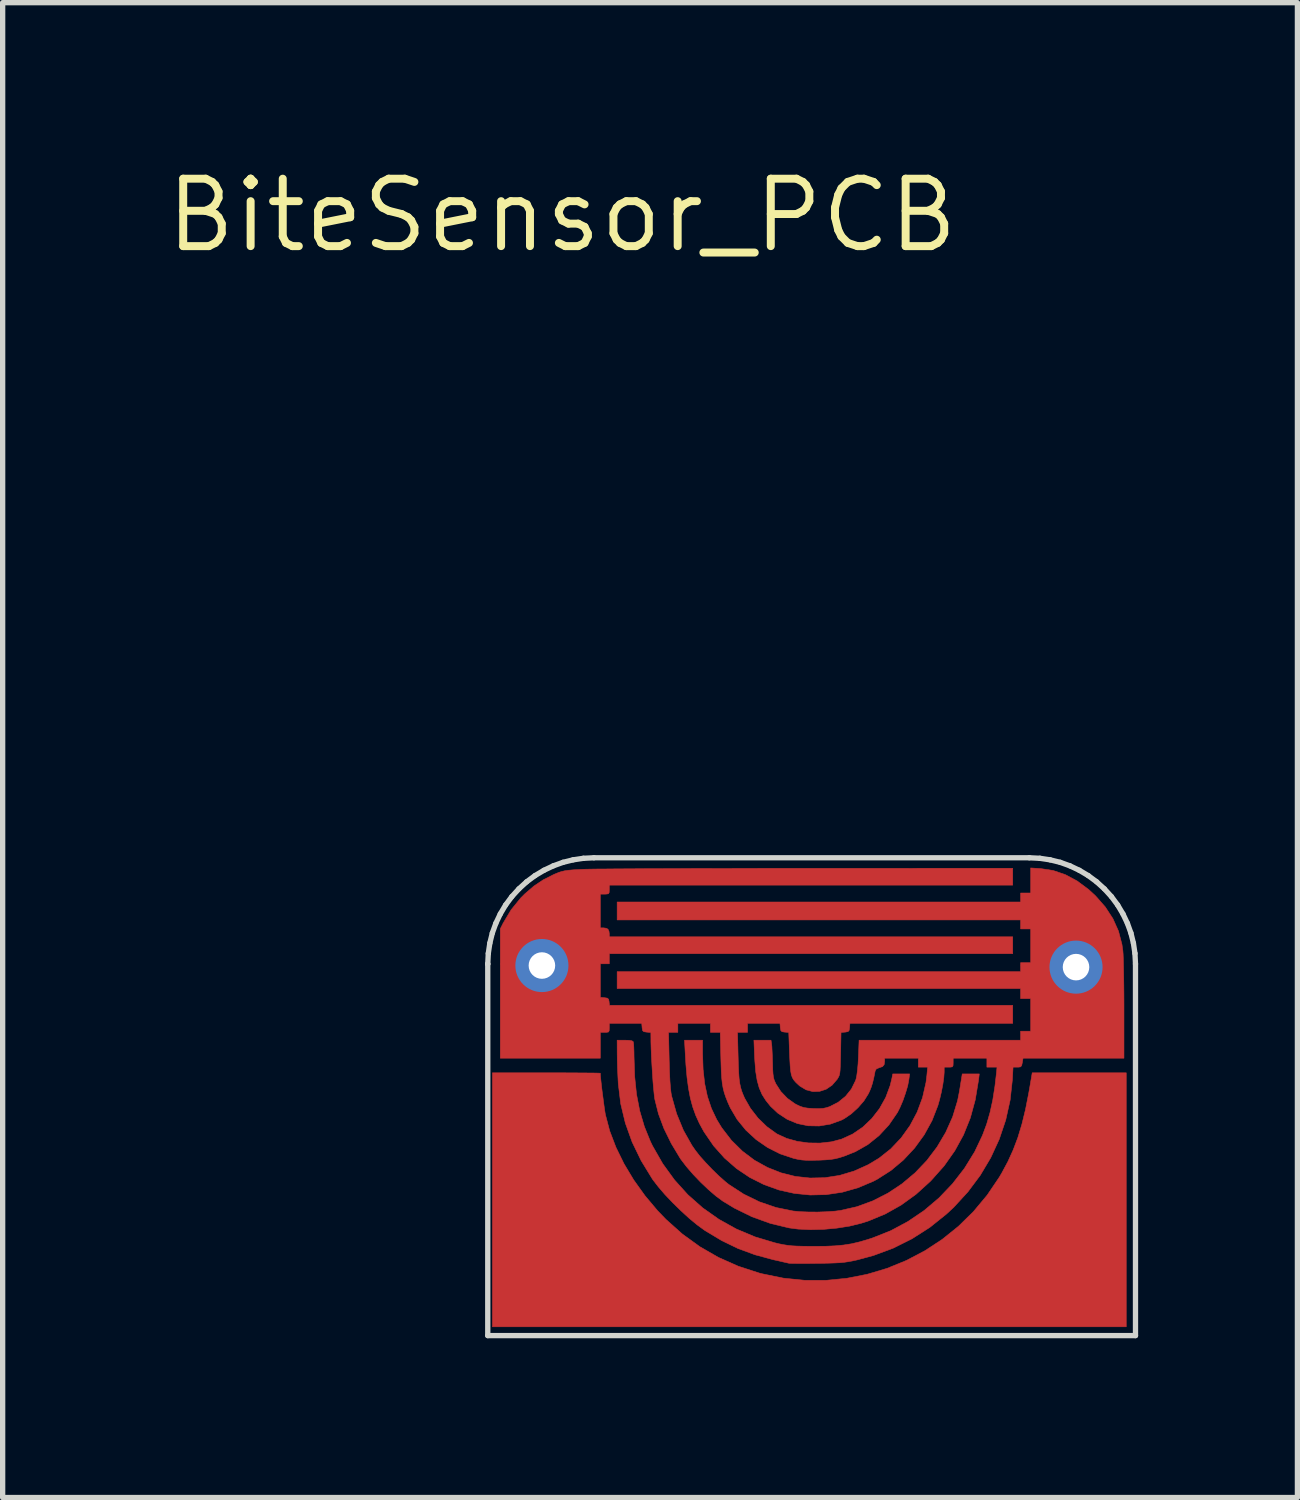
<source format=kicad_pcb>
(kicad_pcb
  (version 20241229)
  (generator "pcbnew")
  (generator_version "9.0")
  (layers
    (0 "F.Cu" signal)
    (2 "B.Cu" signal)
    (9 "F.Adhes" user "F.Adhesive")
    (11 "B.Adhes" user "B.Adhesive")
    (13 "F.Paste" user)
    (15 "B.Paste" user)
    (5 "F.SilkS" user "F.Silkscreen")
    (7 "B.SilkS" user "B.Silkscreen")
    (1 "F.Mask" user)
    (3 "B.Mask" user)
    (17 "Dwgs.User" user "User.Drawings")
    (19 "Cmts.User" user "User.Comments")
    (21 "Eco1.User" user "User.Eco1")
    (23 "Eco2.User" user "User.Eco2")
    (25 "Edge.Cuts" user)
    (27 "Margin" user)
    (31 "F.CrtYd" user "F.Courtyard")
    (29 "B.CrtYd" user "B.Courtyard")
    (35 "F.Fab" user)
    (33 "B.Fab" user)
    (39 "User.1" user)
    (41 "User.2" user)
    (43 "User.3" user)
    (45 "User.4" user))
  (footprint "BiteSensor_PCB"
    (layer "F.Cu")
    (at 7.537 1.006)
    (property "Reference" "BiteSensor_PCB" (at 0 0 0) (layer "F.SilkS") (effects (font (size 1.27 1.27) (thickness 0.15))))
    (attr through_hole)
    (fp_poly (pts (xy -0.093 16.15) (xy 0.096 16.151) (xy 0.268 16.152) (xy 0.418 16.153) (xy 0.542 16.154) (xy 0.637 16.155) (xy 0.697 16.157) (xy 0.72 16.158) (xy 0.72 16.158) (xy 0.722 16.205) (xy 0.73 16.285) (xy 0.741 16.387) (xy 0.755 16.504) (xy 0.771 16.624) (xy 0.786 16.739) (xy 0.8 16.84) (xy 0.812 16.917) (xy 0.817 16.943) (xy 0.897 17.246) (xy 1.015 17.555) (xy 1.167 17.865) (xy 1.35 18.17) (xy 1.562 18.466) (xy 1.798 18.747) (xy 1.957 18.912) (xy 2.265 19.187) (xy 2.595 19.426) (xy 2.946 19.628) (xy 3.318 19.793) (xy 3.71 19.921) (xy 3.769 19.936) (xy 4.169 20.018) (xy 4.57 20.059) (xy 4.968 20.059) (xy 5.361 20.021) (xy 5.747 19.945) (xy 6.122 19.833) (xy 6.484 19.685) (xy 6.831 19.503) (xy 7.159 19.288) (xy 7.466 19.041) (xy 7.749 18.763) (xy 8.006 18.455) (xy 8.234 18.118) (xy 8.279 18.042) (xy 8.396 17.824) (xy 8.497 17.602) (xy 8.585 17.369) (xy 8.661 17.117) (xy 8.729 16.839) (xy 8.79 16.528) (xy 8.807 16.431) (xy 8.855 16.15) (xy 10.626 16.15) (xy 10.626 20.934) (xy -1.312 20.934) (xy -1.312 16.15) (xy -0.296 16.15) (xy -0.093 16.15)) (stroke (width 0.01) (type solid)) (fill yes) (layer "F.Cu"))
    (fp_poly (pts (xy 8.488 12.615) (xy 0.889 12.615) (xy 0.889 12.7) (xy 0.887 12.754) (xy 0.873 12.778) (xy 0.834 12.784) (xy 0.804 12.785) (xy 0.72 12.785) (xy 0.72 13.42) (xy 0.779 13.42) (xy 0.832 13.428) (xy 0.864 13.445) (xy 0.883 13.484) (xy 0.889 13.53) (xy 0.889 13.589) (xy 8.488 13.589) (xy 8.488 13.906) (xy 0.889 13.906) (xy 0.889 14.097) (xy 0.72 14.097) (xy 0.72 14.729) (xy 0.799 14.736) (xy 0.852 14.744) (xy 0.876 14.765) (xy 0.885 14.809) (xy 0.885 14.811) (xy 0.892 14.88) (xy 8.488 14.88) (xy 8.488 15.219) (xy 5.421 15.219) (xy 5.415 15.298) (xy 5.407 15.351) (xy 5.386 15.374) (xy 5.34 15.383) (xy 5.331 15.384) (xy 5.254 15.39) (xy 5.246 15.788) (xy 5.243 15.927) (xy 5.24 16.03) (xy 5.236 16.106) (xy 5.23 16.159) (xy 5.221 16.198) (xy 5.207 16.229) (xy 5.189 16.26) (xy 5.18 16.274) (xy 5.085 16.384) (xy 4.973 16.46) (xy 4.85 16.5) (xy 4.722 16.504) (xy 4.596 16.471) (xy 4.478 16.4) (xy 4.452 16.377) (xy 4.402 16.33) (xy 4.365 16.287) (xy 4.337 16.242) (xy 4.318 16.187) (xy 4.305 16.116) (xy 4.296 16.022) (xy 4.289 15.897) (xy 4.284 15.784) (xy 4.269 15.39) (xy 4.193 15.384) (xy 4.143 15.376) (xy 4.12 15.355) (xy 4.111 15.307) (xy 4.11 15.298) (xy 4.104 15.219) (xy 3.493 15.219) (xy 3.493 15.388) (xy 3.304 15.388) (xy 3.315 15.827) (xy 3.32 16.003) (xy 3.326 16.143) (xy 3.334 16.256) (xy 3.346 16.347) (xy 3.362 16.424) (xy 3.383 16.495) (xy 3.411 16.566) (xy 3.438 16.628) (xy 3.548 16.82) (xy 3.69 17.003) (xy 3.856 17.164) (xy 4.037 17.295) (xy 4.052 17.304) (xy 4.227 17.385) (xy 4.427 17.441) (xy 4.641 17.471) (xy 4.859 17.474) (xy 5.072 17.45) (xy 5.262 17.4) (xy 5.471 17.305) (xy 5.663 17.174) (xy 5.833 17.012) (xy 5.979 16.824) (xy 6.096 16.614) (xy 6.18 16.388) (xy 6.213 16.25) (xy 6.228 16.171) (xy 6.546 16.171) (xy 6.531 16.282) (xy 6.509 16.397) (xy 6.469 16.532) (xy 6.42 16.673) (xy 6.364 16.804) (xy 6.316 16.899) (xy 6.156 17.132) (xy 5.97 17.333) (xy 5.758 17.503) (xy 5.522 17.637) (xy 5.313 17.72) (xy 5.222 17.749) (xy 5.142 17.769) (xy 5.061 17.782) (xy 4.966 17.79) (xy 4.843 17.796) (xy 4.824 17.796) (xy 4.696 17.799) (xy 4.597 17.798) (xy 4.516 17.792) (xy 4.44 17.78) (xy 4.358 17.761) (xy 4.107 17.677) (xy 3.871 17.558) (xy 3.654 17.408) (xy 3.461 17.23) (xy 3.297 17.029) (xy 3.167 16.808) (xy 3.121 16.705) (xy 3.083 16.609) (xy 3.054 16.523) (xy 3.033 16.439) (xy 3.017 16.348) (xy 3.006 16.244) (xy 2.998 16.117) (xy 2.993 15.961) (xy 2.99 15.859) (xy 2.979 15.388) (xy 2.794 15.388) (xy 2.794 15.219) (xy 2.18 15.219) (xy 2.18 15.388) (xy 2.005 15.388) (xy 2.017 15.912) (xy 2.023 16.124) (xy 2.031 16.297) (xy 2.041 16.432) (xy 2.053 16.534) (xy 2.062 16.584) (xy 2.157 16.922) (xy 2.285 17.233) (xy 2.445 17.517) (xy 2.509 17.61) (xy 2.596 17.721) (xy 2.707 17.845) (xy 2.83 17.974) (xy 2.956 18.096) (xy 3.075 18.201) (xy 3.142 18.255) (xy 3.421 18.436) (xy 3.718 18.581) (xy 4.032 18.688) (xy 4.35 18.753) (xy 4.482 18.766) (xy 4.641 18.772) (xy 4.814 18.773) (xy 4.985 18.767) (xy 5.141 18.756) (xy 5.242 18.743) (xy 5.554 18.672) (xy 5.853 18.562) (xy 6.138 18.417) (xy 6.404 18.24) (xy 6.649 18.034) (xy 6.87 17.802) (xy 7.063 17.547) (xy 7.226 17.272) (xy 7.356 16.981) (xy 7.449 16.676) (xy 7.482 16.509) (xy 7.498 16.413) (xy 7.512 16.325) (xy 7.523 16.259) (xy 7.526 16.24) (xy 7.537 16.171) (xy 7.858 16.171) (xy 7.843 16.293) (xy 7.782 16.66) (xy 7.689 17.001) (xy 7.561 17.319) (xy 7.397 17.618) (xy 7.197 17.902) (xy 6.958 18.171) (xy 6.934 18.196) (xy 6.666 18.439) (xy 6.385 18.642) (xy 6.088 18.809) (xy 5.772 18.94) (xy 5.634 18.984) (xy 5.415 19.038) (xy 5.175 19.076) (xy 4.925 19.099) (xy 4.678 19.105) (xy 4.446 19.094) (xy 4.276 19.072) (xy 3.923 18.987) (xy 3.577 18.862) (xy 3.245 18.699) (xy 3.027 18.567) (xy 2.898 18.472) (xy 2.756 18.35) (xy 2.61 18.211) (xy 2.469 18.064) (xy 2.342 17.917) (xy 2.239 17.782) (xy 2.224 17.76) (xy 2.056 17.48) (xy 1.918 17.199) (xy 1.815 16.922) (xy 1.748 16.655) (xy 1.745 16.64) (xy 1.735 16.563) (xy 1.724 16.453) (xy 1.712 16.318) (xy 1.702 16.166) (xy 1.692 16.005) (xy 1.683 15.846) (xy 1.677 15.695) (xy 1.673 15.561) (xy 1.673 15.501) (xy 1.672 15.391) (xy 1.593 15.384) (xy 1.54 15.376) (xy 1.517 15.356) (xy 1.508 15.309) (xy 1.507 15.298) (xy 1.5 15.219) (xy 0.889 15.219) (xy 0.889 15.303) (xy 0.887 15.358) (xy 0.873 15.382) (xy 0.834 15.388) (xy 0.804 15.388) (xy 0.72 15.388) (xy 0.72 15.875) (xy -1.164 15.875) (xy -1.164 14.101) (xy -0.741 14.101) (xy -0.732 14.214) (xy -0.718 14.26) (xy -0.671 14.341) (xy -0.599 14.417) (xy -0.519 14.469) (xy -0.519 14.469) (xy -0.432 14.492) (xy -0.328 14.498) (xy -0.226 14.486) (xy -0.148 14.46) (xy -0.087 14.413) (xy -0.025 14.338) (xy -0.005 14.308) (xy 0.049 14.183) (xy 0.063 14.062) (xy 0.037 13.948) (xy -0.026 13.847) (xy -0.125 13.764) (xy -0.18 13.735) (xy -0.297 13.702) (xy -0.419 13.704) (xy -0.535 13.739) (xy -0.621 13.796) (xy -0.683 13.878) (xy -0.724 13.984) (xy -0.741 14.101) (xy -1.164 14.101) (xy -1.164 13.439) (xy -1.109 13.329) (xy -0.96 13.08) (xy -0.778 12.856) (xy -0.704 12.782) (xy -0.531 12.633) (xy -0.353 12.514) (xy -0.152 12.413) (xy -0.123 12.401) (xy -0.062 12.376) (xy -0.006 12.358) (xy 0.052 12.345) (xy 0.122 12.335) (xy 0.213 12.327) (xy 0.335 12.32) (xy 0.381 12.318) (xy 0.439 12.316) (xy 0.537 12.314) (xy 0.672 12.312) (xy 0.843 12.311) (xy 1.046 12.309) (xy 1.28 12.308) (xy 1.543 12.306) (xy 1.831 12.305) (xy 2.143 12.304) (xy 2.476 12.302) (xy 2.828 12.301) (xy 3.196 12.301) (xy 3.578 12.3) (xy 3.972 12.299) (xy 4.376 12.299) (xy 4.609 12.299) (xy 8.488 12.298) (xy 8.488 12.615)) (stroke (width 0.01) (type solid)) (fill yes) (layer "F.Cu"))
    (fp_poly (pts (xy 9.015 12.304) (xy 9.25 12.34) (xy 9.479 12.418) (xy 9.701 12.537) (xy 9.918 12.698) (xy 10.046 12.816) (xy 10.231 13.026) (xy 10.375 13.247) (xy 10.48 13.482) (xy 10.545 13.731) (xy 10.562 13.85) (xy 10.567 13.913) (xy 10.571 14.013) (xy 10.574 14.144) (xy 10.577 14.3) (xy 10.58 14.477) (xy 10.582 14.667) (xy 10.583 14.867) (xy 10.583 14.96) (xy 10.583 15.875) (xy 8.682 15.875) (xy 8.668 15.96) (xy 8.656 16.014) (xy 8.636 16.038) (xy 8.595 16.044) (xy 8.574 16.044) (xy 8.494 16.044) (xy 8.481 16.282) (xy 8.439 16.665) (xy 8.356 17.039) (xy 8.234 17.401) (xy 8.074 17.749) (xy 7.877 18.08) (xy 7.645 18.391) (xy 7.379 18.681) (xy 7.239 18.811) (xy 6.926 19.062) (xy 6.591 19.276) (xy 6.237 19.453) (xy 5.863 19.592) (xy 5.555 19.675) (xy 5.468 19.694) (xy 5.391 19.708) (xy 5.316 19.719) (xy 5.233 19.727) (xy 5.135 19.732) (xy 5.013 19.736) (xy 4.86 19.739) (xy 4.805 19.739) (xy 4.662 19.741) (xy 4.531 19.742) (xy 4.42 19.741) (xy 4.333 19.74) (xy 4.279 19.738) (xy 4.265 19.736) (xy 4.228 19.727) (xy 4.16 19.712) (xy 4.071 19.691) (xy 3.979 19.671) (xy 3.635 19.578) (xy 3.314 19.46) (xy 3.005 19.31) (xy 2.697 19.125) (xy 2.676 19.111) (xy 2.542 19.013) (xy 2.393 18.89) (xy 2.238 18.748) (xy 2.084 18.597) (xy 1.939 18.445) (xy 1.813 18.298) (xy 1.712 18.167) (xy 1.7 18.15) (xy 1.489 17.805) (xy 1.319 17.454) (xy 1.191 17.096) (xy 1.104 16.733) (xy 1.059 16.361) (xy 1.058 16.351) (xy 1.051 16.212) (xy 1.044 16.061) (xy 1.04 15.916) (xy 1.038 15.795) (xy 1.038 15.785) (xy 1.037 15.536) (xy 1.183 15.536) (xy 1.265 15.539) (xy 1.314 15.547) (xy 1.338 15.562) (xy 1.342 15.57) (xy 1.347 15.603) (xy 1.351 15.67) (xy 1.354 15.758) (xy 1.355 15.85) (xy 1.367 16.218) (xy 1.402 16.556) (xy 1.463 16.87) (xy 1.55 17.164) (xy 1.664 17.445) (xy 1.705 17.529) (xy 1.896 17.863) (xy 2.118 18.169) (xy 2.369 18.447) (xy 2.649 18.695) (xy 2.954 18.91) (xy 3.283 19.093) (xy 3.633 19.24) (xy 4.003 19.351) (xy 4.09 19.372) (xy 4.171 19.388) (xy 4.248 19.4) (xy 4.328 19.409) (xy 4.42 19.414) (xy 4.533 19.417) (xy 4.676 19.419) (xy 4.763 19.419) (xy 4.971 19.417) (xy 5.148 19.409) (xy 5.304 19.394) (xy 5.45 19.371) (xy 5.595 19.337) (xy 5.751 19.292) (xy 5.852 19.259) (xy 6.191 19.124) (xy 6.514 18.951) (xy 6.818 18.745) (xy 7.099 18.507) (xy 7.353 18.241) (xy 7.578 17.951) (xy 7.771 17.638) (xy 7.919 17.326) (xy 7.997 17.117) (xy 8.06 16.898) (xy 8.112 16.662) (xy 8.153 16.399) (xy 8.18 16.166) (xy 8.192 16.044) (xy 8.001 16.044) (xy 8.001 15.875) (xy 7.366 15.875) (xy 7.366 15.96) (xy 7.364 16.014) (xy 7.35 16.038) (xy 7.311 16.044) (xy 7.281 16.044) (xy 7.197 16.044) (xy 7.197 16.137) (xy 7.19 16.238) (xy 7.172 16.366) (xy 7.145 16.508) (xy 7.111 16.652) (xy 7.078 16.768) (xy 6.968 17.05) (xy 6.82 17.319) (xy 6.639 17.568) (xy 6.429 17.793) (xy 6.194 17.99) (xy 5.937 18.154) (xy 5.867 18.191) (xy 5.575 18.315) (xy 5.276 18.4) (xy 4.974 18.445) (xy 4.673 18.452) (xy 4.375 18.422) (xy 4.084 18.357) (xy 3.803 18.256) (xy 3.536 18.122) (xy 3.287 17.955) (xy 3.058 17.755) (xy 2.853 17.525) (xy 2.675 17.265) (xy 2.667 17.252) (xy 2.585 17.101) (xy 2.517 16.951) (xy 2.461 16.795) (xy 2.416 16.629) (xy 2.381 16.444) (xy 2.353 16.235) (xy 2.332 15.995) (xy 2.319 15.774) (xy 2.306 15.536) (xy 2.646 15.536) (xy 2.646 15.785) (xy 2.656 16.086) (xy 2.686 16.356) (xy 2.738 16.599) (xy 2.813 16.822) (xy 2.912 17.03) (xy 3.007 17.186) (xy 3.189 17.422) (xy 3.396 17.626) (xy 3.623 17.797) (xy 3.868 17.933) (xy 4.126 18.035) (xy 4.394 18.102) (xy 4.669 18.132) (xy 4.948 18.126) (xy 5.225 18.083) (xy 5.5 18.001) (xy 5.766 17.881) (xy 5.969 17.759) (xy 6.191 17.583) (xy 6.386 17.377) (xy 6.553 17.144) (xy 6.688 16.89) (xy 6.789 16.618) (xy 6.854 16.333) (xy 6.871 16.197) (xy 6.885 16.044) (xy 6.71 16.044) (xy 6.71 15.875) (xy 6.075 15.875) (xy 6.075 15.933) (xy 6.066 15.997) (xy 6.034 16.034) (xy 5.974 16.054) (xy 5.918 16.078) (xy 5.897 16.115) (xy 5.871 16.244) (xy 5.847 16.344) (xy 5.821 16.425) (xy 5.791 16.499) (xy 5.766 16.55) (xy 5.685 16.679) (xy 5.574 16.807) (xy 5.447 16.923) (xy 5.314 17.014) (xy 5.26 17.042) (xy 5.053 17.117) (xy 4.842 17.152) (xy 4.634 17.148) (xy 4.431 17.106) (xy 4.239 17.026) (xy 4.063 16.91) (xy 3.926 16.781) (xy 3.837 16.67) (xy 3.766 16.558) (xy 3.713 16.435) (xy 3.674 16.294) (xy 3.647 16.129) (xy 3.631 15.933) (xy 3.626 15.849) (xy 3.613 15.536) (xy 3.935 15.536) (xy 3.946 15.605) (xy 3.951 15.652) (xy 3.955 15.731) (xy 3.96 15.831) (xy 3.963 15.942) (xy 3.964 15.96) (xy 3.967 16.078) (xy 3.972 16.164) (xy 3.98 16.227) (xy 3.992 16.277) (xy 4.011 16.324) (xy 4.029 16.362) (xy 4.121 16.504) (xy 4.244 16.632) (xy 4.384 16.732) (xy 4.413 16.748) (xy 4.485 16.782) (xy 4.552 16.804) (xy 4.628 16.816) (xy 4.73 16.823) (xy 4.731 16.823) (xy 4.835 16.825) (xy 4.913 16.821) (xy 4.98 16.807) (xy 5.043 16.786) (xy 5.201 16.705) (xy 5.339 16.593) (xy 5.449 16.456) (xy 5.526 16.3) (xy 5.537 16.268) (xy 5.551 16.2) (xy 5.564 16.101) (xy 5.575 15.978) (xy 5.582 15.849) (xy 5.594 15.536) (xy 8.636 15.536) (xy 8.636 15.367) (xy 8.826 15.367) (xy 8.826 14.753) (xy 8.636 14.753) (xy 8.636 14.563) (xy 1.037 14.563) (xy 1.037 14.245) (xy 8.636 14.245) (xy 8.636 14.129) (xy 9.254 14.129) (xy 9.283 14.251) (xy 9.343 14.358) (xy 9.428 14.44) (xy 9.461 14.46) (xy 9.547 14.488) (xy 9.653 14.499) (xy 9.758 14.49) (xy 9.827 14.47) (xy 9.928 14.407) (xy 9.999 14.323) (xy 10.04 14.223) (xy 10.054 14.116) (xy 10.042 14.008) (xy 10.003 13.906) (xy 9.941 13.817) (xy 9.854 13.749) (xy 9.746 13.707) (xy 9.705 13.7) (xy 9.593 13.706) (xy 9.483 13.743) (xy 9.386 13.806) (xy 9.309 13.887) (xy 9.264 13.981) (xy 9.259 14.002) (xy 9.254 14.129) (xy 8.636 14.129) (xy 8.636 14.076) (xy 8.826 14.076) (xy 8.826 13.441) (xy 8.636 13.441) (xy 8.636 13.271) (xy 1.037 13.271) (xy 1.037 12.933) (xy 8.636 12.933) (xy 8.636 12.764) (xy 8.826 12.764) (xy 8.826 12.292) (xy 9.015 12.304)) (stroke (width 0.01) (type solid)) (fill yes) (layer "F.Cu"))
    (fp_poly (pts (xy 9.6 12.3) (xy 10.3 12.7) (xy 10.7 13.5) (xy 10.8 14) (xy 10.8 21.1) (xy -1.4 21.1) (xy -1.4 14) (xy -1.31 13.52) (xy -1.17 13.14) (xy -0.94 12.8) (xy -0.49 12.41) (xy -0.19 12.26) (xy 0.3 12.1) (xy 9.1 12.1)) (stroke (width 0.1) (type solid)) (fill yes) (layer "F.Mask"))
    (fp_line (start -1.4 14.1) (end -1.4 14.1) (stroke (width 0.1) (type solid)) (layer "Edge.Cuts"))
    (fp_line (start -1.4 14.1) (end -1.4 21.1) (stroke (width 0.1) (type solid)) (layer "Edge.Cuts"))
    (fp_line (start -1.4 21.1) (end 10.8 21.1) (stroke (width 0.1) (type solid)) (layer "Edge.Cuts"))
    (fp_line (start -1.39 13.902) (end -1.4 14.1) (stroke (width 0.1) (type solid)) (layer "Edge.Cuts"))
    (fp_line (start -1.361 13.708) (end -1.39 13.902) (stroke (width 0.1) (type solid)) (layer "Edge.Cuts"))
    (fp_line (start -1.314 13.518) (end -1.361 13.708) (stroke (width 0.1) (type solid)) (layer "Edge.Cuts"))
    (fp_line (start -1.248 13.335) (end -1.314 13.518) (stroke (width 0.1) (type solid)) (layer "Edge.Cuts"))
    (fp_line (start -1.164 13.158) (end -1.248 13.335) (stroke (width 0.1) (type solid)) (layer "Edge.Cuts"))
    (fp_line (start -1.064 12.99) (end -1.164 13.158) (stroke (width 0.1) (type solid)) (layer "Edge.Cuts"))
    (fp_line (start -0.947 12.832) (end -1.064 12.99) (stroke (width 0.1) (type solid)) (layer "Edge.Cuts"))
    (fp_line (start -0.814 12.686) (end -0.947 12.832) (stroke (width 0.1) (type solid)) (layer "Edge.Cuts"))
    (fp_line (start -0.668 12.553) (end -0.814 12.686) (stroke (width 0.1) (type solid)) (layer "Edge.Cuts"))
    (fp_line (start -0.51 12.436) (end -0.668 12.553) (stroke (width 0.1) (type solid)) (layer "Edge.Cuts"))
    (fp_line (start -0.342 12.336) (end -0.51 12.436) (stroke (width 0.1) (type solid)) (layer "Edge.Cuts"))
    (fp_line (start -0.165 12.252) (end -0.342 12.336) (stroke (width 0.1) (type solid)) (layer "Edge.Cuts"))
    (fp_line (start 0.018 12.186) (end -0.165 12.252) (stroke (width 0.1) (type solid)) (layer "Edge.Cuts"))
    (fp_line (start 0.208 12.139) (end 0.018 12.186) (stroke (width 0.1) (type solid)) (layer "Edge.Cuts"))
    (fp_line (start 0.402 12.11) (end 0.208 12.139) (stroke (width 0.1) (type solid)) (layer "Edge.Cuts"))
    (fp_line (start 0.6 12.1) (end 0.402 12.11) (stroke (width 0.1) (type solid)) (layer "Edge.Cuts"))
    (fp_line (start 8.8 12.1) (end 0.6 12.1) (stroke (width 0.1) (type solid)) (layer "Edge.Cuts"))
    (fp_line (start 8.998 12.11) (end 8.8 12.1) (stroke (width 0.1) (type solid)) (layer "Edge.Cuts"))
    (fp_line (start 9.192 12.139) (end 8.998 12.11) (stroke (width 0.1) (type solid)) (layer "Edge.Cuts"))
    (fp_line (start 9.382 12.186) (end 9.192 12.139) (stroke (width 0.1) (type solid)) (layer "Edge.Cuts"))
    (fp_line (start 9.565 12.252) (end 9.382 12.186) (stroke (width 0.1) (type solid)) (layer "Edge.Cuts"))
    (fp_line (start 9.742 12.336) (end 9.565 12.252) (stroke (width 0.1) (type solid)) (layer "Edge.Cuts"))
    (fp_line (start 9.91 12.436) (end 9.742 12.336) (stroke (width 0.1) (type solid)) (layer "Edge.Cuts"))
    (fp_line (start 10.068 12.553) (end 9.91 12.436) (stroke (width 0.1) (type solid)) (layer "Edge.Cuts"))
    (fp_line (start 10.214 12.686) (end 10.068 12.553) (stroke (width 0.1) (type solid)) (layer "Edge.Cuts"))
    (fp_line (start 10.347 12.832) (end 10.214 12.686) (stroke (width 0.1) (type solid)) (layer "Edge.Cuts"))
    (fp_line (start 10.464 12.99) (end 10.347 12.832) (stroke (width 0.1) (type solid)) (layer "Edge.Cuts"))
    (fp_line (start 10.564 13.158) (end 10.464 12.99) (stroke (width 0.1) (type solid)) (layer "Edge.Cuts"))
    (fp_line (start 10.648 13.335) (end 10.564 13.158) (stroke (width 0.1) (type solid)) (layer "Edge.Cuts"))
    (fp_line (start 10.714 13.518) (end 10.648 13.335) (stroke (width 0.1) (type solid)) (layer "Edge.Cuts"))
    (fp_line (start 10.761 13.708) (end 10.714 13.518) (stroke (width 0.1) (type solid)) (layer "Edge.Cuts"))
    (fp_line (start 10.79 13.902) (end 10.761 13.708) (stroke (width 0.1) (type solid)) (layer "Edge.Cuts"))
    (fp_line (start 10.8 14.1) (end 10.79 13.902) (stroke (width 0.1) (type solid)) (layer "Edge.Cuts"))
    (fp_line (start 10.8 21.1) (end 10.8 14.1) (stroke (width 0.1) (type solid)) (layer "Edge.Cuts"))
    (pad "1" thru_hole circle (at -0.38 14.13) (size 1 1) (drill 0.5) (layers "*.Cu" "*.Mask"))
    (pad "2" thru_hole circle (at 9.68 14.16) (size 1 1) (drill 0.5) (layers "*.Cu" "*.Mask")))
  (gr_rect
    (start -3 -3)
    (end 21.387 25.156)
    (stroke (width 0.1) (type default))
    (fill no)
    (layer "Edge.Cuts")))
</source>
